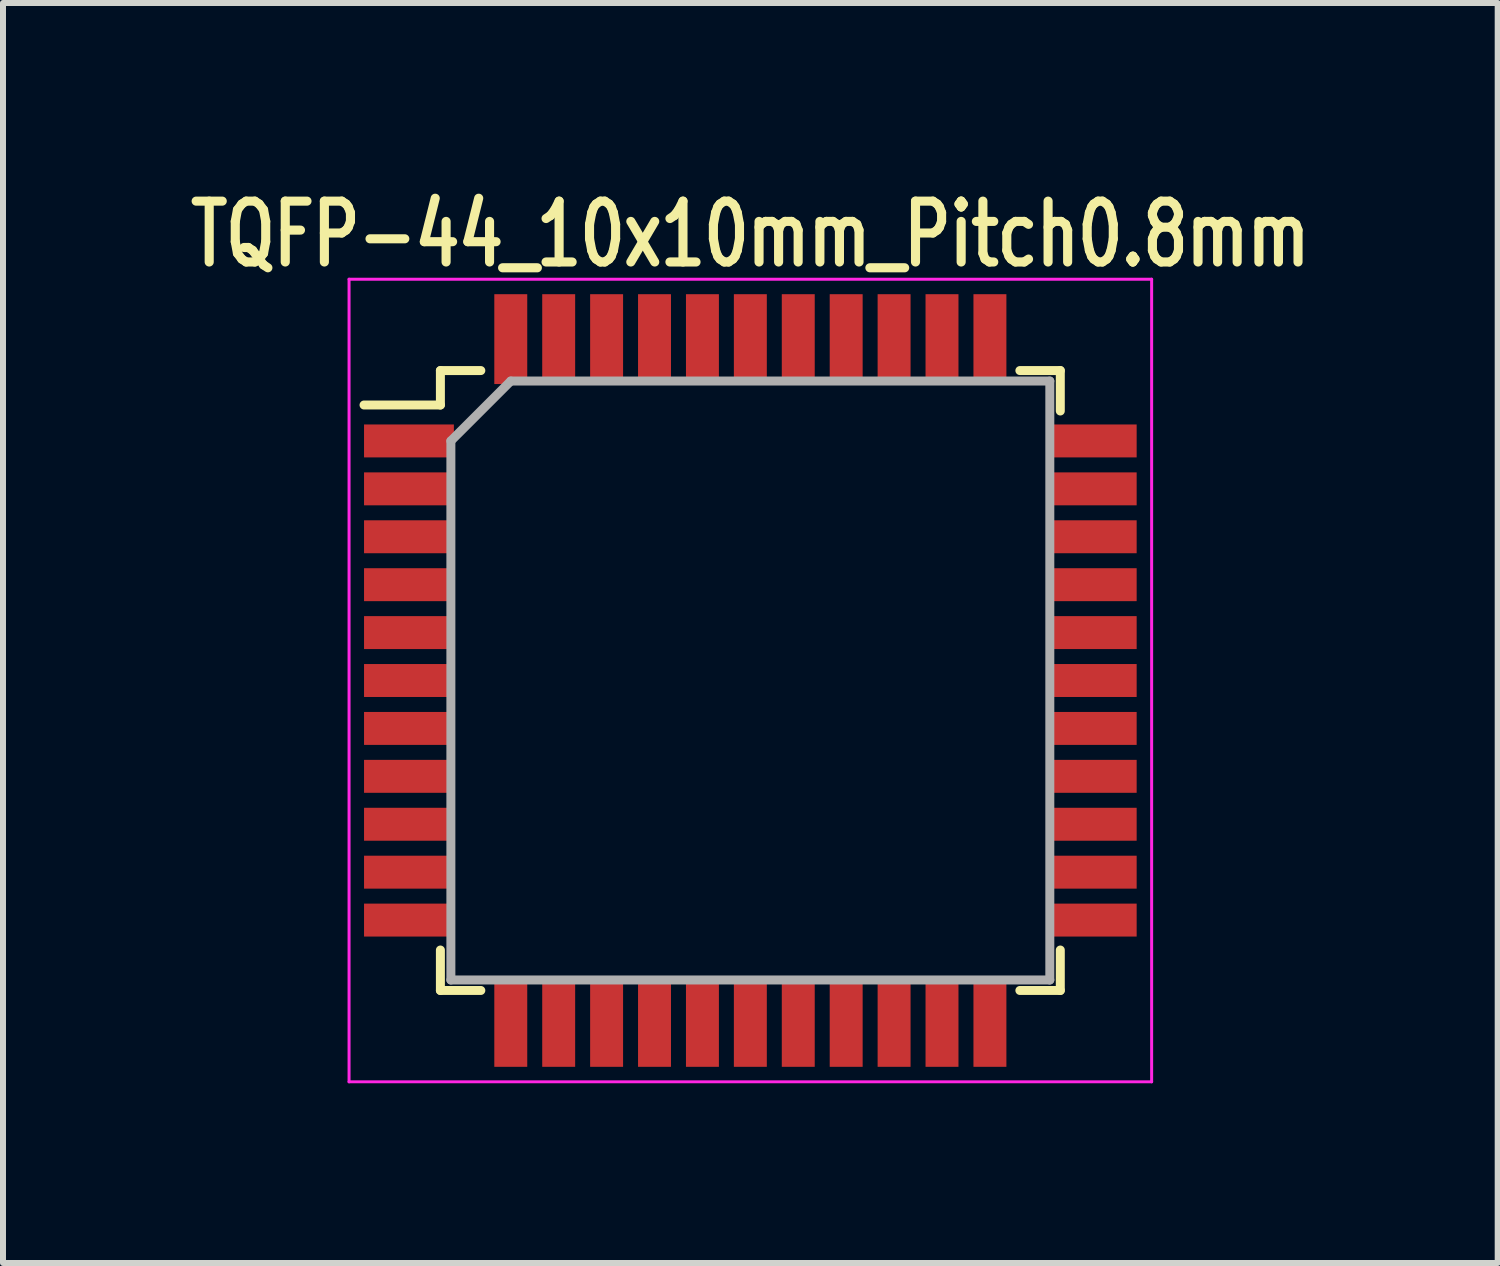
<source format=kicad_pcb>
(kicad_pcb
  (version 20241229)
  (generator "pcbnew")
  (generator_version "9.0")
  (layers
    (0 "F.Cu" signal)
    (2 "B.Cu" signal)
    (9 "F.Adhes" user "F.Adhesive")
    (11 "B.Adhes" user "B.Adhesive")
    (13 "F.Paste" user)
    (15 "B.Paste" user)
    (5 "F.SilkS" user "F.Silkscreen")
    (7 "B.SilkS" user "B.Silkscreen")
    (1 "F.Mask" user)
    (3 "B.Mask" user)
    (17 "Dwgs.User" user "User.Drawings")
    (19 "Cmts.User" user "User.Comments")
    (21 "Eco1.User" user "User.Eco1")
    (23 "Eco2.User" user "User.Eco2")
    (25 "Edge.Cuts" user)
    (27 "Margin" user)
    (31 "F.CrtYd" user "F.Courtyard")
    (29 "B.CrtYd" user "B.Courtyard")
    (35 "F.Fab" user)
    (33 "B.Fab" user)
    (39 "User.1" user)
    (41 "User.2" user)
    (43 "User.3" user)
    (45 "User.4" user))
  (footprint "TQFP-44_10x10mm_Pitch0.8mm"
    (layer "F.Cu")
    (at 9.478 8.312)
    (property "Reference" "TQFP-44_10x10mm_Pitch0.8mm" (at 0 -7.45 0) (layer "F.SilkS") (effects (font (size 1.016 0.762) (thickness 0.152))))
    (attr smd)
    (fp_line (start -5.175 -5.175) (end -5.175 -4.6) (stroke (width 0.15) (type solid)) (layer "F.SilkS"))
    (fp_line (start -5.175 -5.175) (end -4.5 -5.175) (stroke (width 0.15) (type solid)) (layer "F.SilkS"))
    (fp_line (start -5.175 -4.6) (end -6.45 -4.6) (stroke (width 0.15) (type solid)) (layer "F.SilkS"))
    (fp_line (start -5.175 5.175) (end -5.175 4.5) (stroke (width 0.15) (type solid)) (layer "F.SilkS"))
    (fp_line (start -5.175 5.175) (end -4.5 5.175) (stroke (width 0.15) (type solid)) (layer "F.SilkS"))
    (fp_line (start 5.175 -5.175) (end 4.5 -5.175) (stroke (width 0.15) (type solid)) (layer "F.SilkS"))
    (fp_line (start 5.175 -5.175) (end 5.175 -4.5) (stroke (width 0.15) (type solid)) (layer "F.SilkS"))
    (fp_line (start 5.175 5.175) (end 4.5 5.175) (stroke (width 0.15) (type solid)) (layer "F.SilkS"))
    (fp_line (start 5.175 5.175) (end 5.175 4.5) (stroke (width 0.15) (type solid)) (layer "F.SilkS"))
    (fp_line (start -6.7 -6.7) (end -6.7 6.7) (stroke (width 0.05) (type solid)) (layer "F.CrtYd"))
    (fp_line (start -6.7 -6.7) (end 6.7 -6.7) (stroke (width 0.05) (type solid)) (layer "F.CrtYd"))
    (fp_line (start -6.7 6.7) (end 6.7 6.7) (stroke (width 0.05) (type solid)) (layer "F.CrtYd"))
    (fp_line (start 6.7 -6.7) (end 6.7 6.7) (stroke (width 0.05) (type solid)) (layer "F.CrtYd"))
    (fp_line (start -5 -4) (end -4 -5) (stroke (width 0.15) (type solid)) (layer "F.Fab"))
    (fp_line (start -5 5) (end -5 -4) (stroke (width 0.15) (type solid)) (layer "F.Fab"))
    (fp_line (start -4 -5) (end 5 -5) (stroke (width 0.15) (type solid)) (layer "F.Fab"))
    (fp_line (start 5 -5) (end 5 5) (stroke (width 0.15) (type solid)) (layer "F.Fab"))
    (fp_line (start 5 5) (end -5 5) (stroke (width 0.15) (type solid)) (layer "F.Fab"))
    (pad "1" smd rect (at -5.7 -4) (size 1.5 0.55) (layers "F.Cu" "F.Mask" "F.Paste"))
    (pad "2" smd rect (at -5.7 -3.2) (size 1.5 0.55) (layers "F.Cu" "F.Mask" "F.Paste"))
    (pad "3" smd rect (at -5.7 -2.4) (size 1.5 0.55) (layers "F.Cu" "F.Mask" "F.Paste"))
    (pad "4" smd rect (at -5.7 -1.6) (size 1.5 0.55) (layers "F.Cu" "F.Mask" "F.Paste"))
    (pad "5" smd rect (at -5.7 -0.8) (size 1.5 0.55) (layers "F.Cu" "F.Mask" "F.Paste"))
    (pad "6" smd rect (at -5.7 0) (size 1.5 0.55) (layers "F.Cu" "F.Mask" "F.Paste"))
    (pad "7" smd rect (at -5.7 0.8) (size 1.5 0.55) (layers "F.Cu" "F.Mask" "F.Paste"))
    (pad "8" smd rect (at -5.7 1.6) (size 1.5 0.55) (layers "F.Cu" "F.Mask" "F.Paste"))
    (pad "9" smd rect (at -5.7 2.4) (size 1.5 0.55) (layers "F.Cu" "F.Mask" "F.Paste"))
    (pad "10" smd rect (at -5.7 3.2) (size 1.5 0.55) (layers "F.Cu" "F.Mask" "F.Paste"))
    (pad "11" smd rect (at -5.7 4) (size 1.5 0.55) (layers "F.Cu" "F.Mask" "F.Paste"))
    (pad "12" smd rect (at -4 5.7 90) (size 1.5 0.55) (layers "F.Cu" "F.Mask" "F.Paste"))
    (pad "13" smd rect (at -3.2 5.7 90) (size 1.5 0.55) (layers "F.Cu" "F.Mask" "F.Paste"))
    (pad "14" smd rect (at -2.4 5.7 90) (size 1.5 0.55) (layers "F.Cu" "F.Mask" "F.Paste"))
    (pad "15" smd rect (at -1.6 5.7 90) (size 1.5 0.55) (layers "F.Cu" "F.Mask" "F.Paste"))
    (pad "16" smd rect (at -0.8 5.7 90) (size 1.5 0.55) (layers "F.Cu" "F.Mask" "F.Paste"))
    (pad "17" smd rect (at 0 5.7 90) (size 1.5 0.55) (layers "F.Cu" "F.Mask" "F.Paste"))
    (pad "18" smd rect (at 0.8 5.7 90) (size 1.5 0.55) (layers "F.Cu" "F.Mask" "F.Paste"))
    (pad "19" smd rect (at 1.6 5.7 90) (size 1.5 0.55) (layers "F.Cu" "F.Mask" "F.Paste"))
    (pad "20" smd rect (at 2.4 5.7 90) (size 1.5 0.55) (layers "F.Cu" "F.Mask" "F.Paste"))
    (pad "21" smd rect (at 3.2 5.7 90) (size 1.5 0.55) (layers "F.Cu" "F.Mask" "F.Paste"))
    (pad "22" smd rect (at 4 5.7 90) (size 1.5 0.55) (layers "F.Cu" "F.Mask" "F.Paste"))
    (pad "23" smd rect (at 5.7 4) (size 1.5 0.55) (layers "F.Cu" "F.Mask" "F.Paste"))
    (pad "24" smd rect (at 5.7 3.2) (size 1.5 0.55) (layers "F.Cu" "F.Mask" "F.Paste"))
    (pad "25" smd rect (at 5.7 2.4) (size 1.5 0.55) (layers "F.Cu" "F.Mask" "F.Paste"))
    (pad "26" smd rect (at 5.7 1.6) (size 1.5 0.55) (layers "F.Cu" "F.Mask" "F.Paste"))
    (pad "27" smd rect (at 5.7 0.8) (size 1.5 0.55) (layers "F.Cu" "F.Mask" "F.Paste"))
    (pad "28" smd rect (at 5.7 0) (size 1.5 0.55) (layers "F.Cu" "F.Mask" "F.Paste"))
    (pad "29" smd rect (at 5.7 -0.8) (size 1.5 0.55) (layers "F.Cu" "F.Mask" "F.Paste"))
    (pad "30" smd rect (at 5.7 -1.6) (size 1.5 0.55) (layers "F.Cu" "F.Mask" "F.Paste"))
    (pad "31" smd rect (at 5.7 -2.4) (size 1.5 0.55) (layers "F.Cu" "F.Mask" "F.Paste"))
    (pad "32" smd rect (at 5.7 -3.2) (size 1.5 0.55) (layers "F.Cu" "F.Mask" "F.Paste"))
    (pad "33" smd rect (at 5.7 -4) (size 1.5 0.55) (layers "F.Cu" "F.Mask" "F.Paste"))
    (pad "34" smd rect (at 4 -5.7 90) (size 1.5 0.55) (layers "F.Cu" "F.Mask" "F.Paste"))
    (pad "35" smd rect (at 3.2 -5.7 90) (size 1.5 0.55) (layers "F.Cu" "F.Mask" "F.Paste"))
    (pad "36" smd rect (at 2.4 -5.7 90) (size 1.5 0.55) (layers "F.Cu" "F.Mask" "F.Paste"))
    (pad "37" smd rect (at 1.6 -5.7 90) (size 1.5 0.55) (layers "F.Cu" "F.Mask" "F.Paste"))
    (pad "38" smd rect (at 0.8 -5.7 90) (size 1.5 0.55) (layers "F.Cu" "F.Mask" "F.Paste"))
    (pad "39" smd rect (at 0 -5.7 90) (size 1.5 0.55) (layers "F.Cu" "F.Mask" "F.Paste"))
    (pad "40" smd rect (at -0.8 -5.7 90) (size 1.5 0.55) (layers "F.Cu" "F.Mask" "F.Paste"))
    (pad "41" smd rect (at -1.6 -5.7 90) (size 1.5 0.55) (layers "F.Cu" "F.Mask" "F.Paste"))
    (pad "42" smd rect (at -2.4 -5.7 90) (size 1.5 0.55) (layers "F.Cu" "F.Mask" "F.Paste"))
    (pad "43" smd rect (at -3.2 -5.7 90) (size 1.5 0.55) (layers "F.Cu" "F.Mask" "F.Paste"))
    (pad "44" smd rect (at -4 -5.7 90) (size 1.5 0.55) (layers "F.Cu" "F.Mask" "F.Paste")))
  (gr_rect
    (start -3 -3)
    (end 21.956 18.037)
    (stroke (width 0.1) (type default))
    (fill no)
    (layer "Edge.Cuts")))
</source>
